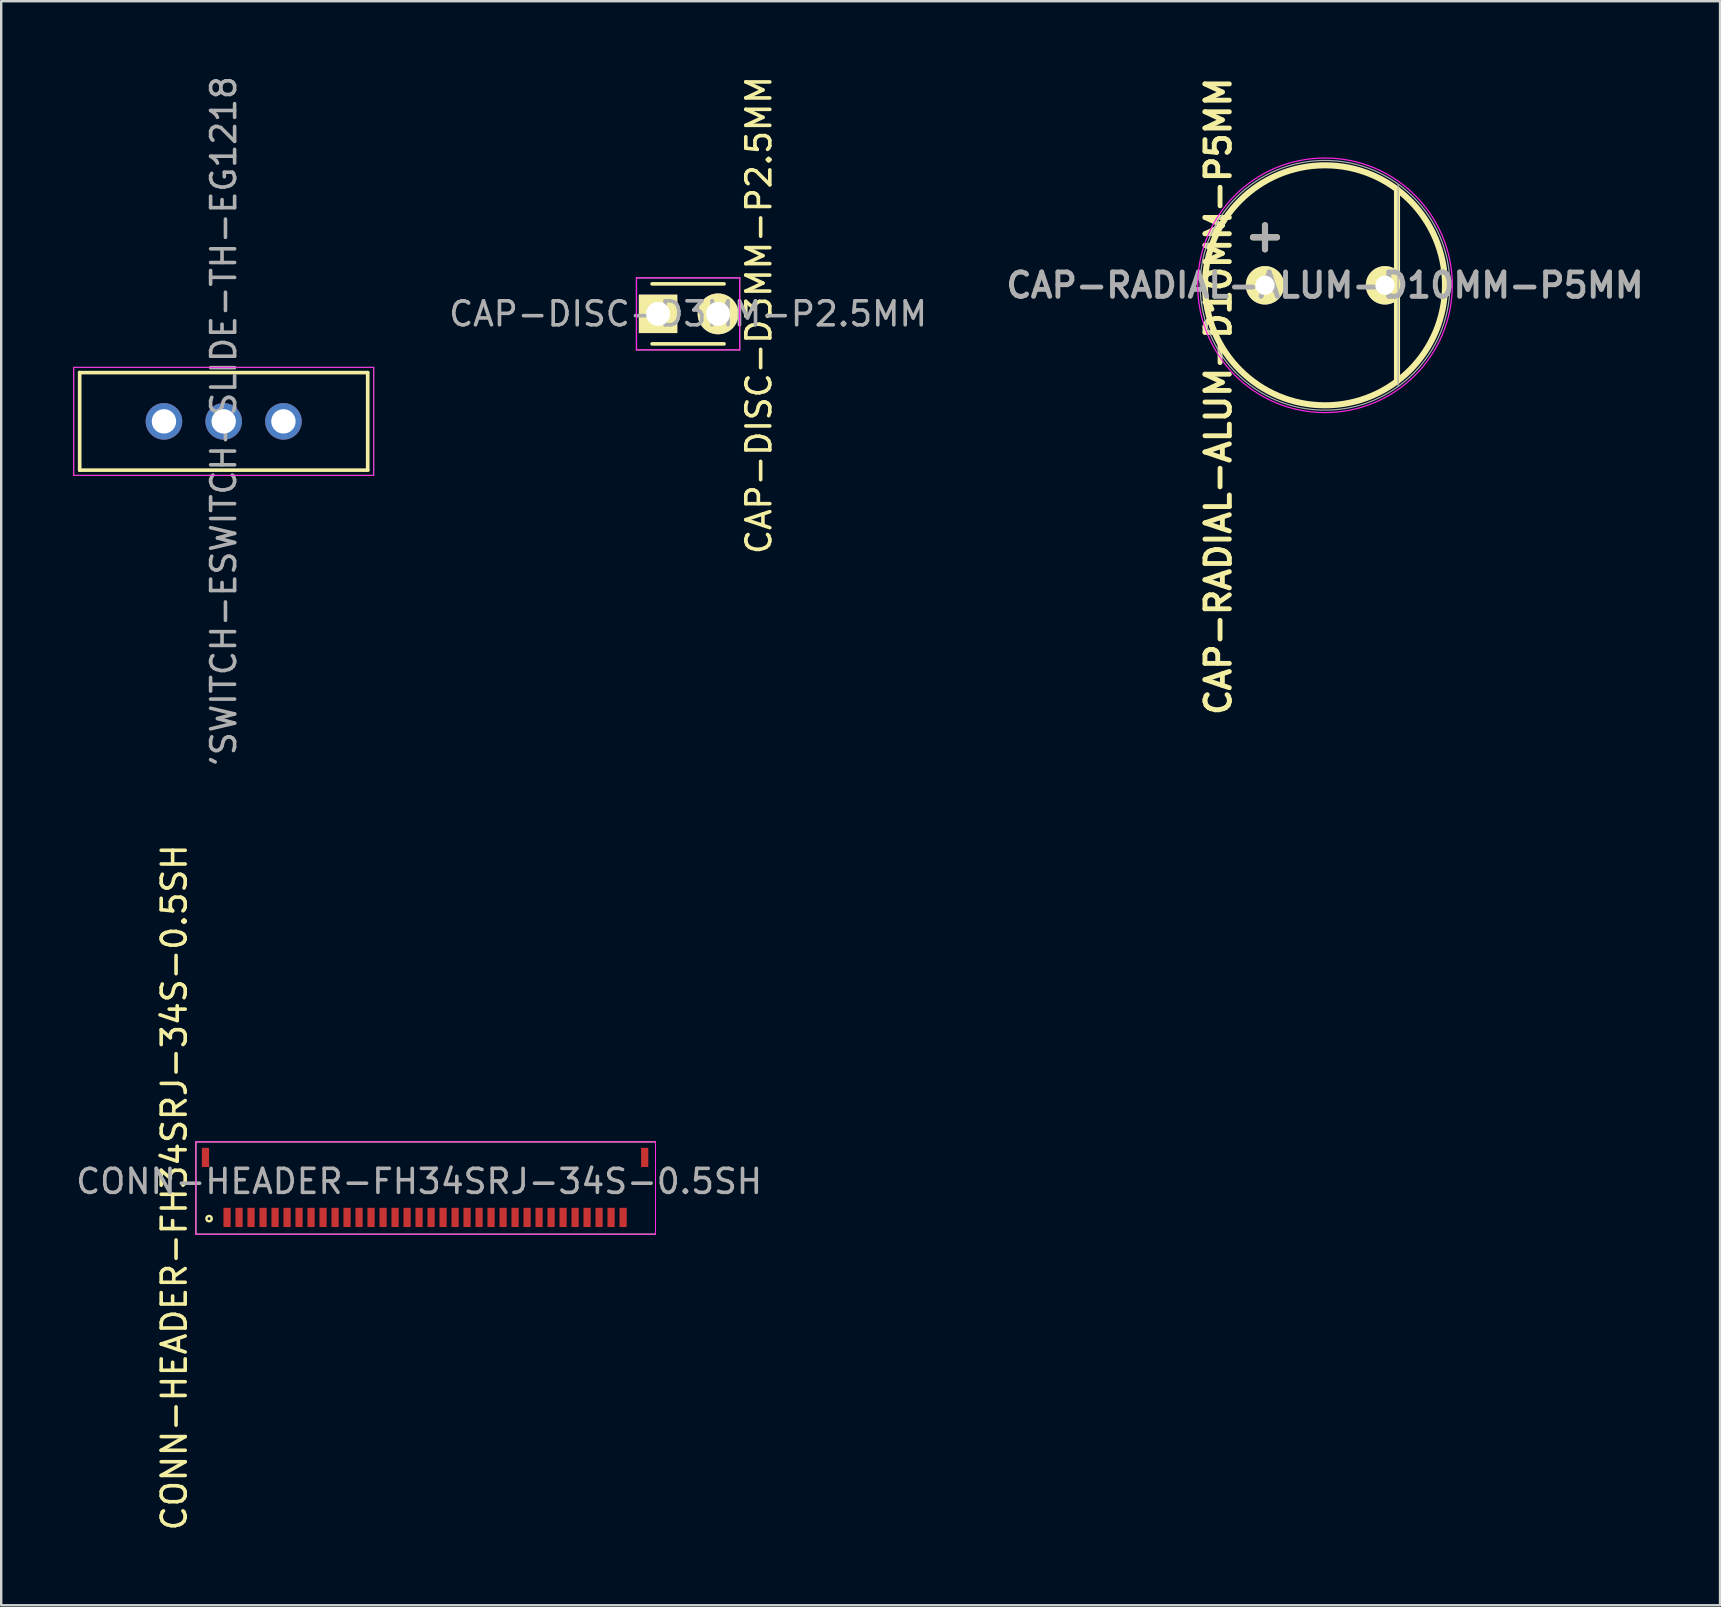
<source format=kicad_pcb>
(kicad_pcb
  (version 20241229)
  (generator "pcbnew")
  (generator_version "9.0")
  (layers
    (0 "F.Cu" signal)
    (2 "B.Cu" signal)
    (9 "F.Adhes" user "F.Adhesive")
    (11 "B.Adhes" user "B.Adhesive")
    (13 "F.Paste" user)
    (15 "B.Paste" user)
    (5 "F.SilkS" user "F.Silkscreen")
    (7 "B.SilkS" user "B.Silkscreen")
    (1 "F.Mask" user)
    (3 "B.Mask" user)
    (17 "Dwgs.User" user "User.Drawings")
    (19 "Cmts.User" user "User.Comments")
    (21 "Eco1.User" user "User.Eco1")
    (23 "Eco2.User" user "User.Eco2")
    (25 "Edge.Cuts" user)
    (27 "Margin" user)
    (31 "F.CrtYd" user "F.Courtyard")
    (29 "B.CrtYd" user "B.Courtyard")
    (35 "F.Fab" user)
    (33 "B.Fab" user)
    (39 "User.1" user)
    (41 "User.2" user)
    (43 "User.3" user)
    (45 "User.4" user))
  (footprint "CONN-HEADER-FH34SRJ-34S-0.5SH"
    (layer "F.Cu")
    (at 14.636 46.498)
    (property "Reference" "CONN-HEADER-FH34SRJ-34S-0.5SH" (at -0.225 -0.325 180) (layer "F.Fab") (effects (font (size 1 1) (thickness 0.15))))
    (attr through_hole)
    (fp_line (start -9.525 -1.975) (end -9.525 1.875) (stroke (width 0.041) (type solid)) (layer "F.SilkS"))
    (fp_line (start -9.525 1.875) (end 9.625 1.875) (stroke (width 0.041) (type solid)) (layer "F.SilkS"))
    (fp_line (start 9.625 -1.975) (end -9.525 -1.975) (stroke (width 0.041) (type solid)) (layer "F.SilkS"))
    (fp_line (start 9.625 -1.975) (end 9.625 1.875) (stroke (width 0.041) (type solid)) (layer "F.SilkS"))
    (fp_circle (center -8.975 1.225) (end -8.925 1.125) (stroke (width 0.1) (type solid)) (fill no) (layer "F.SilkS"))
    (fp_line (start -9.525 -1.975) (end -9.525 1.875) (stroke (width 0.041) (type solid)) (layer "F.CrtYd"))
    (fp_line (start -9.525 1.875) (end 9.625 1.875) (stroke (width 0.041) (type solid)) (layer "F.CrtYd"))
    (fp_line (start 9.625 -1.975) (end -9.525 -1.975) (stroke (width 0.041) (type solid)) (layer "F.CrtYd"))
    (fp_line (start 9.625 -1.975) (end 9.625 1.875) (stroke (width 0.041) (type solid)) (layer "F.CrtYd"))
    (fp_line (start -9.525 -1.975) (end -9.525 1.875) (stroke (width 0.041) (type solid)) (layer "F.Fab"))
    (fp_line (start -9.525 1.875) (end 9.625 1.875) (stroke (width 0.041) (type solid)) (layer "F.Fab"))
    (fp_line (start 9.625 -1.975) (end -9.525 -1.975) (stroke (width 0.041) (type solid)) (layer "F.Fab"))
    (fp_line (start 9.625 -1.975) (end 9.625 1.875) (stroke (width 0.041) (type solid)) (layer "F.Fab"))
    (fp_text user "${REFERENCE}" (at -10.425 -0.075 90) (layer "F.SilkS") (effects (font (size 1 1) (thickness 0.15))))
    (pad "1" smd rect (at -8.225 1.175 90) (size 0.8 0.3) (layers "F.Cu" "F.Mask" "F.Paste"))
    (pad "2" smd rect (at -9.125 -1.325 90) (size 0.8 0.3) (layers "F.Cu" "F.Mask" "F.Paste"))
    (pad "2" smd rect (at -7.725 1.175 90) (size 0.8 0.3) (layers "F.Cu" "F.Mask" "F.Paste"))
    (pad "2" smd rect (at 9.175 -1.325 90) (size 0.8 0.3) (layers "F.Cu" "F.Mask" "F.Paste"))
    (pad "3" smd rect (at -7.225 1.175 90) (size 0.8 0.3) (layers "F.Cu" "F.Mask" "F.Paste"))
    (pad "4" smd rect (at -6.725 1.175 90) (size 0.8 0.3) (layers "F.Cu" "F.Mask" "F.Paste"))
    (pad "5" smd rect (at -6.225 1.175 90) (size 0.8 0.3) (layers "F.Cu" "F.Mask" "F.Paste"))
    (pad "6" smd rect (at -5.725 1.175 90) (size 0.8 0.3) (layers "F.Cu" "F.Mask" "F.Paste"))
    (pad "7" smd rect (at -5.225 1.175 90) (size 0.8 0.3) (layers "F.Cu" "F.Mask" "F.Paste"))
    (pad "8" smd rect (at -4.725 1.175 90) (size 0.8 0.3) (layers "F.Cu" "F.Mask" "F.Paste"))
    (pad "9" smd rect (at -4.225 1.175 90) (size 0.8 0.3) (layers "F.Cu" "F.Mask" "F.Paste"))
    (pad "10" smd rect (at -3.725 1.175 90) (size 0.8 0.3) (layers "F.Cu" "F.Mask" "F.Paste"))
    (pad "11" smd rect (at -3.225 1.175 90) (size 0.8 0.3) (layers "F.Cu" "F.Mask" "F.Paste"))
    (pad "12" smd rect (at -2.725 1.175 90) (size 0.8 0.3) (layers "F.Cu" "F.Mask" "F.Paste"))
    (pad "13" smd rect (at -2.225 1.175 90) (size 0.8 0.3) (layers "F.Cu" "F.Mask" "F.Paste"))
    (pad "14" smd rect (at -1.725 1.175 90) (size 0.8 0.3) (layers "F.Cu" "F.Mask" "F.Paste"))
    (pad "15" smd rect (at -1.225 1.175 90) (size 0.8 0.3) (layers "F.Cu" "F.Mask" "F.Paste"))
    (pad "16" smd rect (at -0.725 1.175 90) (size 0.8 0.3) (layers "F.Cu" "F.Mask" "F.Paste"))
    (pad "17" smd rect (at -0.225 1.175 90) (size 0.8 0.3) (layers "F.Cu" "F.Mask" "F.Paste"))
    (pad "18" smd rect (at 0.275 1.175 90) (size 0.8 0.3) (layers "F.Cu" "F.Mask" "F.Paste"))
    (pad "19" smd rect (at 0.775 1.175 90) (size 0.8 0.3) (layers "F.Cu" "F.Mask" "F.Paste"))
    (pad "20" smd rect (at 1.275 1.175 90) (size 0.8 0.3) (layers "F.Cu" "F.Mask" "F.Paste"))
    (pad "21" smd rect (at 1.775 1.175 90) (size 0.8 0.3) (layers "F.Cu" "F.Mask" "F.Paste"))
    (pad "22" smd rect (at 2.275 1.175 90) (size 0.8 0.3) (layers "F.Cu" "F.Mask" "F.Paste"))
    (pad "23" smd rect (at 2.775 1.175 90) (size 0.8 0.3) (layers "F.Cu" "F.Mask" "F.Paste"))
    (pad "24" smd rect (at 3.275 1.175 90) (size 0.8 0.3) (layers "F.Cu" "F.Mask" "F.Paste"))
    (pad "25" smd rect (at 3.775 1.175 90) (size 0.8 0.3) (layers "F.Cu" "F.Mask" "F.Paste"))
    (pad "26" smd rect (at 4.275 1.175 90) (size 0.8 0.3) (layers "F.Cu" "F.Mask" "F.Paste"))
    (pad "27" smd rect (at 4.775 1.175 90) (size 0.8 0.3) (layers "F.Cu" "F.Mask" "F.Paste"))
    (pad "28" smd rect (at 5.275 1.175 90) (size 0.8 0.3) (layers "F.Cu" "F.Mask" "F.Paste"))
    (pad "29" smd rect (at 5.775 1.175 90) (size 0.8 0.3) (layers "F.Cu" "F.Mask" "F.Paste"))
    (pad "30" smd rect (at 6.275 1.175 90) (size 0.8 0.3) (layers "F.Cu" "F.Mask" "F.Paste"))
    (pad "31" smd rect (at 6.775 1.175 90) (size 0.8 0.3) (layers "F.Cu" "F.Mask" "F.Paste"))
    (pad "32" smd rect (at 7.275 1.175 90) (size 0.8 0.3) (layers "F.Cu" "F.Mask" "F.Paste"))
    (pad "33" smd rect (at 7.775 1.175 90) (size 0.8 0.3) (layers "F.Cu" "F.Mask" "F.Paste"))
    (pad "34" smd rect (at 8.275 1.175 90) (size 0.8 0.3) (layers "F.Cu" "F.Mask" "F.Paste")))
  (footprint "CAP-RADIAL-ALUM-D10MM-P5MM"
    (layer "F.Cu")
    (at 52.155 8.837)
    (property "Reference" "CAP-RADIAL-ALUM-D10MM-P5MM" (at 0 0 0) (layer "F.Fab") (effects (font (size 1.016 1.016) (thickness 0.203))))
    (attr through_hole)
    (fp_line (start -3 -2) (end -2 -2) (stroke (width 0.254) (type solid)) (layer "F.SilkS"))
    (fp_line (start -2.5 -1.5) (end -2.5 -2.5) (stroke (width 0.254) (type solid)) (layer "F.SilkS"))
    (fp_line (start 3 -4) (end 3 4) (stroke (width 0.254) (type solid)) (layer "F.SilkS"))
    (fp_circle (center 0 0) (end 5 0) (stroke (width 0.254) (type solid)) (fill no) (layer "F.SilkS"))
    (fp_circle (center 0 0) (end 3.75 3.75) (stroke (width 0.05) (type solid)) (fill no) (layer "F.CrtYd"))
    (fp_line (start -3 -2) (end -2 -2) (stroke (width 0.254) (type solid)) (layer "F.Fab"))
    (fp_line (start -2.5 -1.5) (end -2.5 -2.5) (stroke (width 0.254) (type solid)) (layer "F.Fab"))
    (fp_line (start 3.048 -4.191) (end 3.048 4.191) (stroke (width 0.05) (type solid)) (layer "F.Fab"))
    (fp_circle (center 0 0) (end 4.25 3) (stroke (width 0.05) (type solid)) (fill no) (layer "F.Fab"))
    (fp_text user "${REFERENCE}" (at -4.445 4.623 270) (layer "F.SilkS") (effects (font (size 1.016 1.016) (thickness 0.203))))
    (pad "1" thru_hole circle (at -2.5 0) (size 1.6 1.6) (drill 0.8) (layers "*.Cu" "*.Mask" "F.SilkS"))
    (pad "2" thru_hole circle (at 2.5 0) (size 1.6 1.6) (drill 0.8) (layers "*.Cu" "*.Mask" "F.SilkS")))
  (footprint "CAP-DISC-D3MM-P2.5MM"
    (layer "F.Cu")
    (at 24.368 10.027)
    (property "Reference" "CAP-DISC-D3MM-P2.5MM" (at 1.25 0 180) (layer "F.Fab") (effects (font (size 1 1) (thickness 0.15))))
    (attr through_hole)
    (fp_line (start -0.25 -1.25) (end 2.75 -1.25) (stroke (width 0.15) (type solid)) (layer "F.SilkS"))
    (fp_line (start 2.75 1.25) (end -0.25 1.25) (stroke (width 0.15) (type solid)) (layer "F.SilkS"))
    (fp_line (start -0.9 -1.5) (end 3.4 -1.5) (stroke (width 0.05) (type solid)) (layer "F.CrtYd"))
    (fp_line (start -0.9 1.5) (end -0.9 -1.5) (stroke (width 0.05) (type solid)) (layer "F.CrtYd"))
    (fp_line (start 3.4 -1.5) (end 3.4 1.5) (stroke (width 0.05) (type solid)) (layer "F.CrtYd"))
    (fp_line (start 3.4 1.5) (end -0.9 1.5) (stroke (width 0.05) (type solid)) (layer "F.CrtYd"))
    (fp_line (start -0.9 -1.5) (end 3.4 -1.5) (stroke (width 0.05) (type solid)) (layer "F.Fab"))
    (fp_line (start -0.9 1.5) (end -0.9 -1.5) (stroke (width 0.05) (type solid)) (layer "F.Fab"))
    (fp_line (start 3.4 -1.5) (end 3.4 1.5) (stroke (width 0.05) (type solid)) (layer "F.Fab"))
    (fp_line (start 3.4 1.5) (end -0.9 1.5) (stroke (width 0.05) (type solid)) (layer "F.Fab"))
    (fp_text user "${REFERENCE}" (at 4.2 0.05 90) (layer "F.SilkS") (effects (font (size 1 1) (thickness 0.15))))
    (pad "1" thru_hole rect (at 0 0) (size 1.6 1.6) (drill 1) (layers "*.Cu" "*.Mask" "F.SilkS"))
    (pad "2" thru_hole circle (at 2.5 0) (size 1.7 1.7) (drill 1) (layers "*.Cu" "*.Mask" "F.SilkS")))
  (footprint "'SWITCH-ESWITCH-SLIDE-TH-EG1218"
    (layer "F.Cu")
    (at 6.27 14.506)
    (property "Reference" "'SWITCH-ESWITCH-SLIDE-TH-EG1218" (at 0 0 90) (layer "F.Fab") (effects (font (size 1 1) (thickness 0.15))))
    (attr through_hole)
    (fp_line (start -6 -2.032) (end -6 2.032) (stroke (width 0.152) (type solid)) (layer "F.SilkS"))
    (fp_line (start 6 -2.032) (end -6 -2.032) (stroke (width 0.152) (type solid)) (layer "F.SilkS"))
    (fp_line (start 6 -2.032) (end 6 2.032) (stroke (width 0.152) (type solid)) (layer "F.SilkS"))
    (fp_line (start 6 2.032) (end -6 2.032) (stroke (width 0.152) (type solid)) (layer "F.SilkS"))
    (fp_line (start -6.25 -2.25) (end -6.25 2.25) (stroke (width 0.041) (type solid)) (layer "F.CrtYd"))
    (fp_line (start -6.25 2.25) (end 6.25 2.25) (stroke (width 0.041) (type solid)) (layer "F.CrtYd"))
    (fp_line (start 6.25 -2.25) (end -6.25 -2.25) (stroke (width 0.041) (type solid)) (layer "F.CrtYd"))
    (fp_line (start 6.25 2.25) (end 6.25 -2.25) (stroke (width 0.041) (type solid)) (layer "F.CrtYd"))
    (fp_line (start -6.25 -2.25) (end -6.25 2.25) (stroke (width 0.041) (type solid)) (layer "F.Fab"))
    (fp_line (start -6.25 2.25) (end 6.25 2.25) (stroke (width 0.041) (type solid)) (layer "F.Fab"))
    (fp_line (start 6.25 -2.25) (end -6.25 -2.25) (stroke (width 0.041) (type solid)) (layer "F.Fab"))
    (fp_line (start 6.25 2.25) (end 6.25 -2.25) (stroke (width 0.041) (type solid)) (layer "F.Fab"))
    (pad "1" thru_hole circle (at -2.489 0) (size 1.524 1.524) (drill 1.016) (layers "*.Cu"))
    (pad "2" thru_hole circle (at 0 0) (size 1.524 1.524) (drill 1.016) (layers "*.Cu"))
    (pad "3" thru_hole circle (at 2.489 0) (size 1.524 1.524) (drill 1.016) (layers "*.Cu")))
  (gr_rect
    (start -3 -3)
    (end 68.615 63.833)
    (stroke (width 0.1) (type default))
    (fill no)
    (layer "Edge.Cuts")))
</source>
